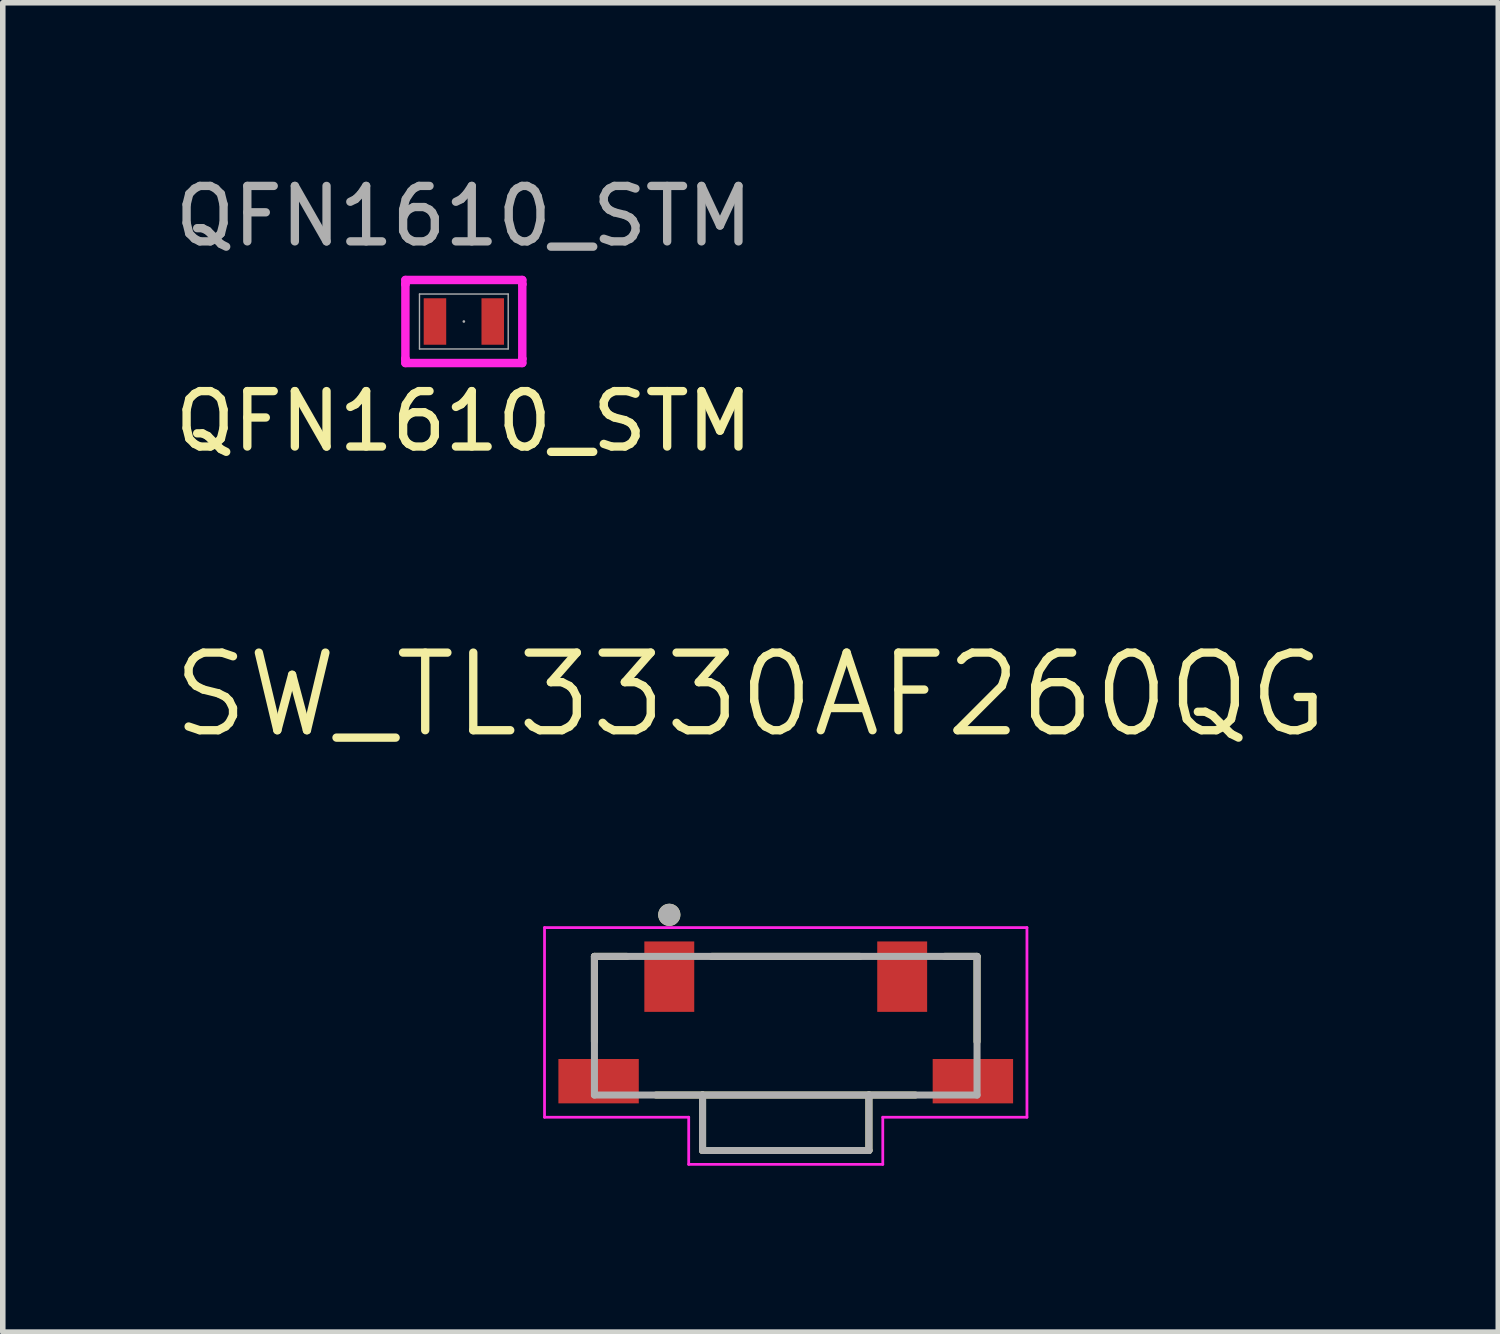
<source format=kicad_pcb>
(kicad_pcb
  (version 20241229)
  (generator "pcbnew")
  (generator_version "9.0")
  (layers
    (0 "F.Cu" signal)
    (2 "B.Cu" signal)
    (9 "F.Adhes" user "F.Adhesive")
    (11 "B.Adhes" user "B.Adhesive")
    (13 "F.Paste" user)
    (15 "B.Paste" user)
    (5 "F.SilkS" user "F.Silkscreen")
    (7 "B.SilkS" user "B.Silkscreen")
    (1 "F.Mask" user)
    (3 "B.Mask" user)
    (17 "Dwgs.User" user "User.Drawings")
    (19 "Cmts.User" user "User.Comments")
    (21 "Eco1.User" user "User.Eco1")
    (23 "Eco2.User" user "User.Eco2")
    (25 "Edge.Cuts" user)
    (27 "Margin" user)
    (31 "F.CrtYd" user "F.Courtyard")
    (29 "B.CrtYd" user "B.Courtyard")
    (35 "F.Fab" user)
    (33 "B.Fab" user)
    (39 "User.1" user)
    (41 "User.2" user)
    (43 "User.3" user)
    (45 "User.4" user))
  (footprint "QFN1610_STM"
    (layer "F.Cu")
    (at 5.315 2.748)
    (property "Reference" "QFN1610_STM" (at 0 1.8 0) (unlocked yes) (layer "F.SilkS") (effects (font (size 1 1) (thickness 0.15))))
    (attr smd)
    (fp_line (start -1.054 -0.749) (end 1.054 -0.749) (stroke (width 0.152) (type solid)) (layer "F.CrtYd"))
    (fp_line (start -1.054 -0.673) (end -1.054 -0.749) (stroke (width 0.152) (type solid)) (layer "F.CrtYd"))
    (fp_line (start -1.054 -0.673) (end -1.054 -0.673) (stroke (width 0.152) (type solid)) (layer "F.CrtYd"))
    (fp_line (start -1.054 0.673) (end -1.054 -0.673) (stroke (width 0.152) (type solid)) (layer "F.CrtYd"))
    (fp_line (start -1.054 0.673) (end -1.054 0.673) (stroke (width 0.152) (type solid)) (layer "F.CrtYd"))
    (fp_line (start -1.054 0.749) (end -1.054 0.673) (stroke (width 0.152) (type solid)) (layer "F.CrtYd"))
    (fp_line (start 1.054 -0.749) (end 1.054 -0.673) (stroke (width 0.152) (type solid)) (layer "F.CrtYd"))
    (fp_line (start 1.054 -0.673) (end 1.054 -0.673) (stroke (width 0.152) (type solid)) (layer "F.CrtYd"))
    (fp_line (start 1.054 -0.673) (end 1.054 0.673) (stroke (width 0.152) (type solid)) (layer "F.CrtYd"))
    (fp_line (start 1.054 0.673) (end 1.054 0.673) (stroke (width 0.152) (type solid)) (layer "F.CrtYd"))
    (fp_line (start 1.054 0.673) (end 1.054 0.749) (stroke (width 0.152) (type solid)) (layer "F.CrtYd"))
    (fp_line (start 1.054 0.749) (end -1.054 0.749) (stroke (width 0.152) (type solid)) (layer "F.CrtYd"))
    (fp_line (start -0.8 -0.495) (end -0.8 0.495) (stroke (width 0.025) (type solid)) (layer "F.Fab"))
    (fp_line (start -0.8 0.495) (end 0.8 0.495) (stroke (width 0.025) (type solid)) (layer "F.Fab"))
    (fp_line (start 0.8 -0.495) (end -0.8 -0.495) (stroke (width 0.025) (type solid)) (layer "F.Fab"))
    (fp_line (start 0.8 0.495) (end 0.8 -0.495) (stroke (width 0.025) (type solid)) (layer "F.Fab"))
    (fp_circle (center 0 0) (end 0 0) (stroke (width 0.025) (type solid)) (fill no) (layer "F.Fab"))
    (fp_text user "${REFERENCE}" (at 0 -1.9 0) (unlocked yes) (layer "F.Fab") (effects (font (size 1 1) (thickness 0.15))))
    (pad "1" smd rect (at -0.521 0) (size 0.406 0.838) (layers "F.Cu" "F.Mask" "F.Paste"))
    (pad "2" smd rect (at 0.521 0) (size 0.406 0.838) (layers "F.Cu" "F.Mask" "F.Paste")))
  (footprint "SW_TL3330AF260QG"
    (layer "F.Cu")
    (at 11.12 15.448)
    (property "Reference" "SW_TL3330AF260QG" (at -0.635 -5.969 0) (layer "F.SilkS") (effects (font (size 1.4 1.4) (thickness 0.15))))
    (attr smd)
    (fp_line (start -3.45 -1.25) (end -3.45 0.286) (stroke (width 0.127) (type solid)) (layer "F.SilkS"))
    (fp_line (start -2.864 -1.25) (end -3.45 -1.25) (stroke (width 0.127) (type solid)) (layer "F.SilkS"))
    (fp_line (start -2.337 1.25) (end -1.5 1.25) (stroke (width 0.127) (type solid)) (layer "F.SilkS"))
    (fp_line (start -1.5 1.25) (end -1.5 2.25) (stroke (width 0.127) (type solid)) (layer "F.SilkS"))
    (fp_line (start -1.5 1.25) (end 1.5 1.25) (stroke (width 0.127) (type solid)) (layer "F.SilkS"))
    (fp_line (start -1.5 2.25) (end 1.5 2.25) (stroke (width 0.127) (type solid)) (layer "F.SilkS"))
    (fp_line (start -1.337 -1.25) (end 1.337 -1.25) (stroke (width 0.127) (type solid)) (layer "F.SilkS"))
    (fp_line (start 1.5 1.25) (end 2.337 1.25) (stroke (width 0.127) (type solid)) (layer "F.SilkS"))
    (fp_line (start 1.5 2.25) (end 1.5 1.25) (stroke (width 0.127) (type solid)) (layer "F.SilkS"))
    (fp_line (start 2.864 -1.25) (end 3.45 -1.25) (stroke (width 0.127) (type solid)) (layer "F.SilkS"))
    (fp_line (start 3.45 -1.25) (end 3.45 0.286) (stroke (width 0.127) (type solid)) (layer "F.SilkS"))
    (fp_circle (center -2.1 -2) (end -2 -2) (stroke (width 0.2) (type solid)) (fill no) (layer "F.SilkS"))
    (fp_line (start -4.35 -1.77) (end 4.35 -1.77) (stroke (width 0.05) (type solid)) (layer "F.CrtYd"))
    (fp_line (start -4.35 1.65) (end -4.35 -1.77) (stroke (width 0.05) (type solid)) (layer "F.CrtYd"))
    (fp_line (start -1.75 1.65) (end -4.35 1.65) (stroke (width 0.05) (type solid)) (layer "F.CrtYd"))
    (fp_line (start -1.75 2.5) (end -1.75 1.65) (stroke (width 0.05) (type solid)) (layer "F.CrtYd"))
    (fp_line (start 1.75 1.65) (end 1.75 2.5) (stroke (width 0.05) (type solid)) (layer "F.CrtYd"))
    (fp_line (start 1.75 2.5) (end -1.75 2.5) (stroke (width 0.05) (type solid)) (layer "F.CrtYd"))
    (fp_line (start 4.35 -1.77) (end 4.35 1.65) (stroke (width 0.05) (type solid)) (layer "F.CrtYd"))
    (fp_line (start 4.35 1.65) (end 1.75 1.65) (stroke (width 0.05) (type solid)) (layer "F.CrtYd"))
    (fp_line (start -3.45 -1.25) (end 3.45 -1.25) (stroke (width 0.127) (type solid)) (layer "F.Fab"))
    (fp_line (start -3.45 1.25) (end -3.45 -1.25) (stroke (width 0.127) (type solid)) (layer "F.Fab"))
    (fp_line (start -3.45 1.25) (end -1.5 1.25) (stroke (width 0.127) (type solid)) (layer "F.Fab"))
    (fp_line (start -1.5 1.25) (end -1.5 2.25) (stroke (width 0.127) (type solid)) (layer "F.Fab"))
    (fp_line (start -1.5 1.25) (end 1.5 1.25) (stroke (width 0.127) (type solid)) (layer "F.Fab"))
    (fp_line (start -1.5 2.25) (end 1.5 2.25) (stroke (width 0.127) (type solid)) (layer "F.Fab"))
    (fp_line (start 1.5 1.25) (end 3.45 1.25) (stroke (width 0.127) (type solid)) (layer "F.Fab"))
    (fp_line (start 1.5 2.25) (end 1.5 1.25) (stroke (width 0.127) (type solid)) (layer "F.Fab"))
    (fp_line (start 3.45 -1.25) (end 3.45 1.25) (stroke (width 0.127) (type solid)) (layer "F.Fab"))
    (fp_circle (center -2.1 -2) (end -2 -2) (stroke (width 0.2) (type solid)) (fill no) (layer "F.Fab"))
    (pad "1" smd rect (at -2.1 -0.885) (size 0.9 1.27) (layers "F.Cu" "F.Mask" "F.Paste"))
    (pad "2" smd rect (at 2.1 -0.885) (size 0.9 1.27) (layers "F.Cu" "F.Mask" "F.Paste"))
    (pad "S1" smd rect (at -3.375 1) (size 1.45 0.8) (layers "F.Cu" "F.Mask" "F.Paste"))
    (pad "S2" smd rect (at 3.375 1) (size 1.45 0.8) (layers "F.Cu" "F.Mask" "F.Paste")))
  (gr_rect
    (start -3 -3)
    (end 23.97 20.973)
    (stroke (width 0.1) (type default))
    (fill no)
    (layer "Edge.Cuts")))
</source>
